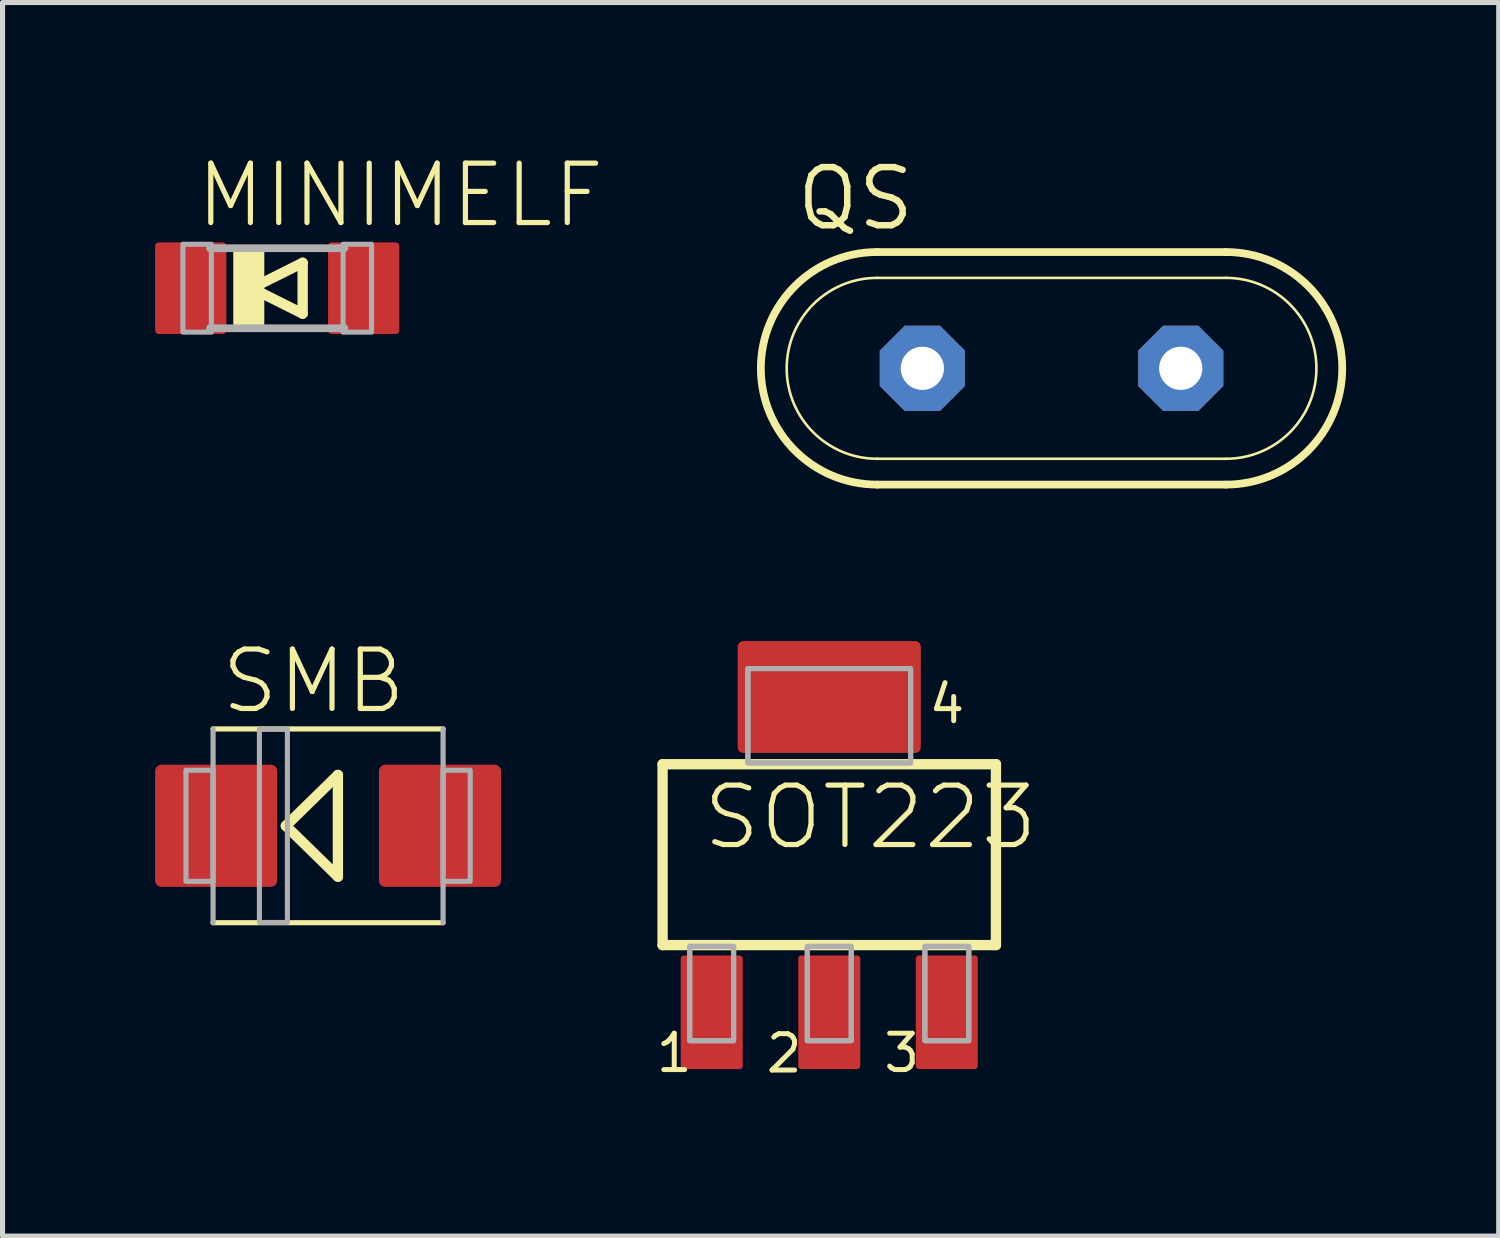
<source format=kicad_pcb>
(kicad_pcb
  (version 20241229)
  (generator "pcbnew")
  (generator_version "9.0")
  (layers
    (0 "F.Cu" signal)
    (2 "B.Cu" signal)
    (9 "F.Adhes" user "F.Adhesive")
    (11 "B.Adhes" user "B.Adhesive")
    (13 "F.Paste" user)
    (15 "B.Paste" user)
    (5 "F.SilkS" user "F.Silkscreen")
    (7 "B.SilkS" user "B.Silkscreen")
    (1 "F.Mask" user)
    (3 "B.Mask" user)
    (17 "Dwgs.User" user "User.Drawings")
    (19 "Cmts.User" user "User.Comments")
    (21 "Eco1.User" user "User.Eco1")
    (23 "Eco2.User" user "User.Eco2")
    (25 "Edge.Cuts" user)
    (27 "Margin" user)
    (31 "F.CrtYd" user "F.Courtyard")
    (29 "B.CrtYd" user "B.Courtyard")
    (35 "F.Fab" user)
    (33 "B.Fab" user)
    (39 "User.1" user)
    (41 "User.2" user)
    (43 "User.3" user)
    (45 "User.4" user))
  (footprint "SOT223"
    (layer "F.Cu")
    (at 13.253 13.752)
    (property "Reference" "SOT223" (at -2.54 -0.051 0) (layer "F.SilkS") (effects (font (size 1.168 1.168) (thickness 0.102)) (justify left bottom)))
    (fp_line (start -3.277 -1.778) (end 3.277 -1.778) (stroke (width 0.203) (type solid)) (layer "F.SilkS"))
    (fp_line (start -3.277 1.778) (end -3.277 -1.778) (stroke (width 0.203) (type solid)) (layer "F.SilkS"))
    (fp_line (start 3.277 -1.778) (end 3.277 1.778) (stroke (width 0.203) (type solid)) (layer "F.SilkS"))
    (fp_line (start 3.277 1.778) (end -3.277 1.778) (stroke (width 0.203) (type solid)) (layer "F.SilkS"))
    (fp_poly (pts (xy -2.743 3.658) (xy -1.88 3.658) (xy -1.88 1.803) (xy -2.743 1.803)) (stroke (width 0.1) (type default)) (fill no) (layer "F.Fab"))
    (fp_poly (pts (xy -2.743 3.658) (xy -1.88 3.658) (xy -1.88 1.803) (xy -2.743 1.803)) (stroke (width 0.1) (type default)) (fill no) (layer "F.Fab"))
    (fp_poly (pts (xy -1.6 -1.803) (xy 1.6 -1.803) (xy 1.6 -3.658) (xy -1.6 -3.658)) (stroke (width 0.1) (type default)) (fill no) (layer "F.Fab"))
    (fp_poly (pts (xy -1.6 -1.803) (xy 1.6 -1.803) (xy 1.6 -3.658) (xy -1.6 -3.658)) (stroke (width 0.1) (type default)) (fill no) (layer "F.Fab"))
    (fp_poly (pts (xy -0.432 3.658) (xy 0.432 3.658) (xy 0.432 1.803) (xy -0.432 1.803)) (stroke (width 0.1) (type default)) (fill no) (layer "F.Fab"))
    (fp_poly (pts (xy -0.432 3.658) (xy 0.432 3.658) (xy 0.432 1.803) (xy -0.432 1.803)) (stroke (width 0.1) (type default)) (fill no) (layer "F.Fab"))
    (fp_poly (pts (xy 1.88 3.658) (xy 2.743 3.658) (xy 2.743 1.803) (xy 1.88 1.803)) (stroke (width 0.1) (type default)) (fill no) (layer "F.Fab"))
    (fp_poly (pts (xy 1.88 3.658) (xy 2.743 3.658) (xy 2.743 1.803) (xy 1.88 1.803)) (stroke (width 0.1) (type default)) (fill no) (layer "F.Fab"))
    (fp_text user "4" (at 1.905 -2.54 0) (layer "F.SilkS") (effects (font (size 0.715 0.715) (thickness 0.098)) (justify left bottom)))
    (fp_text user "3" (at 1.021 4.318 0) (layer "F.SilkS") (effects (font (size 0.715 0.715) (thickness 0.098)) (justify left bottom)))
    (fp_text user "1" (at -3.453 4.318 0) (layer "F.SilkS") (effects (font (size 0.715 0.715) (thickness 0.098)) (justify left bottom)))
    (fp_text user "2" (at -1.291 4.327 0) (layer "F.SilkS") (effects (font (size 0.715 0.715) (thickness 0.098)) (justify left bottom)))
    (pad "1" smd roundrect (at -2.311 3.099) (size 1.219 2.235) (layers "F.Cu" "F.Mask" "F.Paste") (roundrect_rratio 0.05))
    (pad "2" smd roundrect (at 0 3.099) (size 1.219 2.235) (layers "F.Cu" "F.Mask" "F.Paste") (roundrect_rratio 0.05))
    (pad "3" smd roundrect (at 2.311 3.099) (size 1.219 2.235) (layers "F.Cu" "F.Mask" "F.Paste") (roundrect_rratio 0.05))
    (pad "4" smd roundrect (at 0 -3.099) (size 3.6 2.2) (layers "F.Cu" "F.Mask" "F.Paste") (roundrect_rratio 0.05)))
  (footprint "SMB"
    (layer "F.Cu")
    (at 3.4 13.185)
    (property "Reference" "SMB" (at -2.159 -2.159 0) (layer "F.SilkS") (effects (font (size 1.168 1.168) (thickness 0.102)) (justify left bottom)))
    (fp_line (start -2.261 -1.905) (end 2.261 -1.905) (stroke (width 0.102) (type solid)) (layer "F.SilkS"))
    (fp_line (start -2.261 1.905) (end 2.261 1.905) (stroke (width 0.102) (type solid)) (layer "F.SilkS"))
    (fp_line (start -0.83 0) (end 0.193 1) (stroke (width 0.203) (type solid)) (layer "F.SilkS"))
    (fp_line (start 0.193 -1) (end -0.83 0) (stroke (width 0.203) (type solid)) (layer "F.SilkS"))
    (fp_line (start 0.193 1) (end 0.193 -1) (stroke (width 0.203) (type solid)) (layer "F.SilkS"))
    (fp_line (start -2.261 1.905) (end -2.261 -1.905) (stroke (width 0.102) (type solid)) (layer "F.Fab"))
    (fp_line (start 2.261 1.905) (end 2.261 -1.905) (stroke (width 0.102) (type solid)) (layer "F.Fab"))
    (fp_poly (pts (xy -2.794 1.092) (xy -2.261 1.092) (xy -2.261 -1.092) (xy -2.794 -1.092)) (stroke (width 0.1) (type default)) (fill no) (layer "F.Fab"))
    (fp_poly (pts (xy -1.35 1.9) (xy -0.8 1.9) (xy -0.8 -1.9) (xy -1.35 -1.9)) (stroke (width 0.1) (type default)) (fill no) (layer "F.Fab"))
    (fp_poly (pts (xy 2.261 1.092) (xy 2.794 1.092) (xy 2.794 -1.092) (xy 2.261 -1.092)) (stroke (width 0.1) (type default)) (fill no) (layer "F.Fab"))
    (pad "A" smd roundrect (at 2.2 0) (size 2.4 2.4) (layers "F.Cu" "F.Mask" "F.Paste") (roundrect_rratio 0.05))
    (pad "C" smd roundrect (at -2.2 0) (size 2.4 2.4) (layers "F.Cu" "F.Mask" "F.Paste") (roundrect_rratio 0.05)))
  (footprint "QS"
    (layer "F.Cu")
    (at 17.623 4.191)
    (property "Reference" "QS" (at -5.08 -2.667 0) (layer "F.SilkS") (effects (font (size 1.143 1.143) (thickness 0.127)) (justify left bottom)))
    (fp_line (start -3.429 1.778) (end 3.429 1.778) (stroke (width 0.051) (type solid)) (layer "F.SilkS"))
    (fp_line (start -3.429 2.286) (end 3.429 2.286) (stroke (width 0.152) (type solid)) (layer "F.SilkS"))
    (fp_line (start 3.429 -2.286) (end -3.429 -2.286) (stroke (width 0.152) (type solid)) (layer "F.SilkS"))
    (fp_line (start 3.429 -1.778) (end -3.429 -1.778) (stroke (width 0.051) (type solid)) (layer "F.SilkS"))
    (fp_arc (start -3.429 1.778) (mid -5.207 0) (end -3.429 -1.778) (stroke (width 0.0508) (type solid)) (layer "F.SilkS"))
    (fp_arc (start -3.429 2.286) (mid -5.715 0) (end -3.429 -2.286) (stroke (width 0.1524) (type solid)) (layer "F.SilkS"))
    (fp_arc (start 3.429 -2.286) (mid 5.715 0) (end 3.429 2.286) (stroke (width 0.1524) (type solid)) (layer "F.SilkS"))
    (fp_arc (start 3.429 -1.778) (mid 5.207 0) (end 3.429 1.778) (stroke (width 0.0508) (type solid)) (layer "F.SilkS"))
    (pad "1" thru_hole roundrect (at -2.54 0 90) (size 1.676 1.676) (drill 0.85) (layers "*.Cu" "*.Mask") (roundrect_rratio 0.25) (chamfer_ratio 0.293) (chamfer top_left top_right bottom_left bottom_right))
    (pad "2" thru_hole roundrect (at 2.54 0 90) (size 1.676 1.676) (drill 0.85) (layers "*.Cu" "*.Mask") (roundrect_rratio 0.25) (chamfer_ratio 0.293) (chamfer top_left top_right bottom_left bottom_right)))
  (footprint "MINIMELF"
    (layer "F.Cu")
    (at 2.4 2.616)
    (property "Reference" "MINIMELF" (at -1.651 -1.143 0) (layer "F.SilkS") (effects (font (size 1.168 1.168) (thickness 0.102)) (justify left bottom)))
    (fp_line (start -0.5 0) (end 0.5 0.5) (stroke (width 0.203) (type solid)) (layer "F.SilkS"))
    (fp_line (start 0.5 -0.5) (end -0.5 0) (stroke (width 0.203) (type solid)) (layer "F.SilkS"))
    (fp_line (start 0.5 0.5) (end 0.5 -0.5) (stroke (width 0.203) (type solid)) (layer "F.SilkS"))
    (fp_poly (pts (xy -0.864 0.787) (xy -0.254 0.787) (xy -0.254 -0.787) (xy -0.864 -0.787)) (stroke (width 0) (type default)) (fill yes) (layer "F.SilkS"))
    (fp_line (start 1.321 -0.787) (end -1.321 -0.787) (stroke (width 0.152) (type solid)) (layer "F.Fab"))
    (fp_line (start 1.321 0.787) (end -1.321 0.787) (stroke (width 0.152) (type solid)) (layer "F.Fab"))
    (fp_poly (pts (xy -1.854 0.864) (xy -1.295 0.864) (xy -1.295 -0.864) (xy -1.854 -0.864)) (stroke (width 0.1) (type default)) (fill no) (layer "F.Fab"))
    (fp_poly (pts (xy 1.295 0.864) (xy 1.854 0.864) (xy 1.854 -0.864) (xy 1.295 -0.864)) (stroke (width 0.1) (type default)) (fill no) (layer "F.Fab"))
    (pad "A" smd roundrect (at 1.7 0) (size 1.4 1.8) (layers "F.Cu" "F.Mask" "F.Paste") (roundrect_rratio 0.05))
    (pad "C" smd roundrect (at -1.7 0) (size 1.4 1.8) (layers "F.Cu" "F.Mask" "F.Paste") (roundrect_rratio 0.05)))
  (gr_rect
    (start -3 -3)
    (end 26.414 21.251)
    (stroke (width 0.1) (type default))
    (fill no)
    (layer "Edge.Cuts")))
</source>
